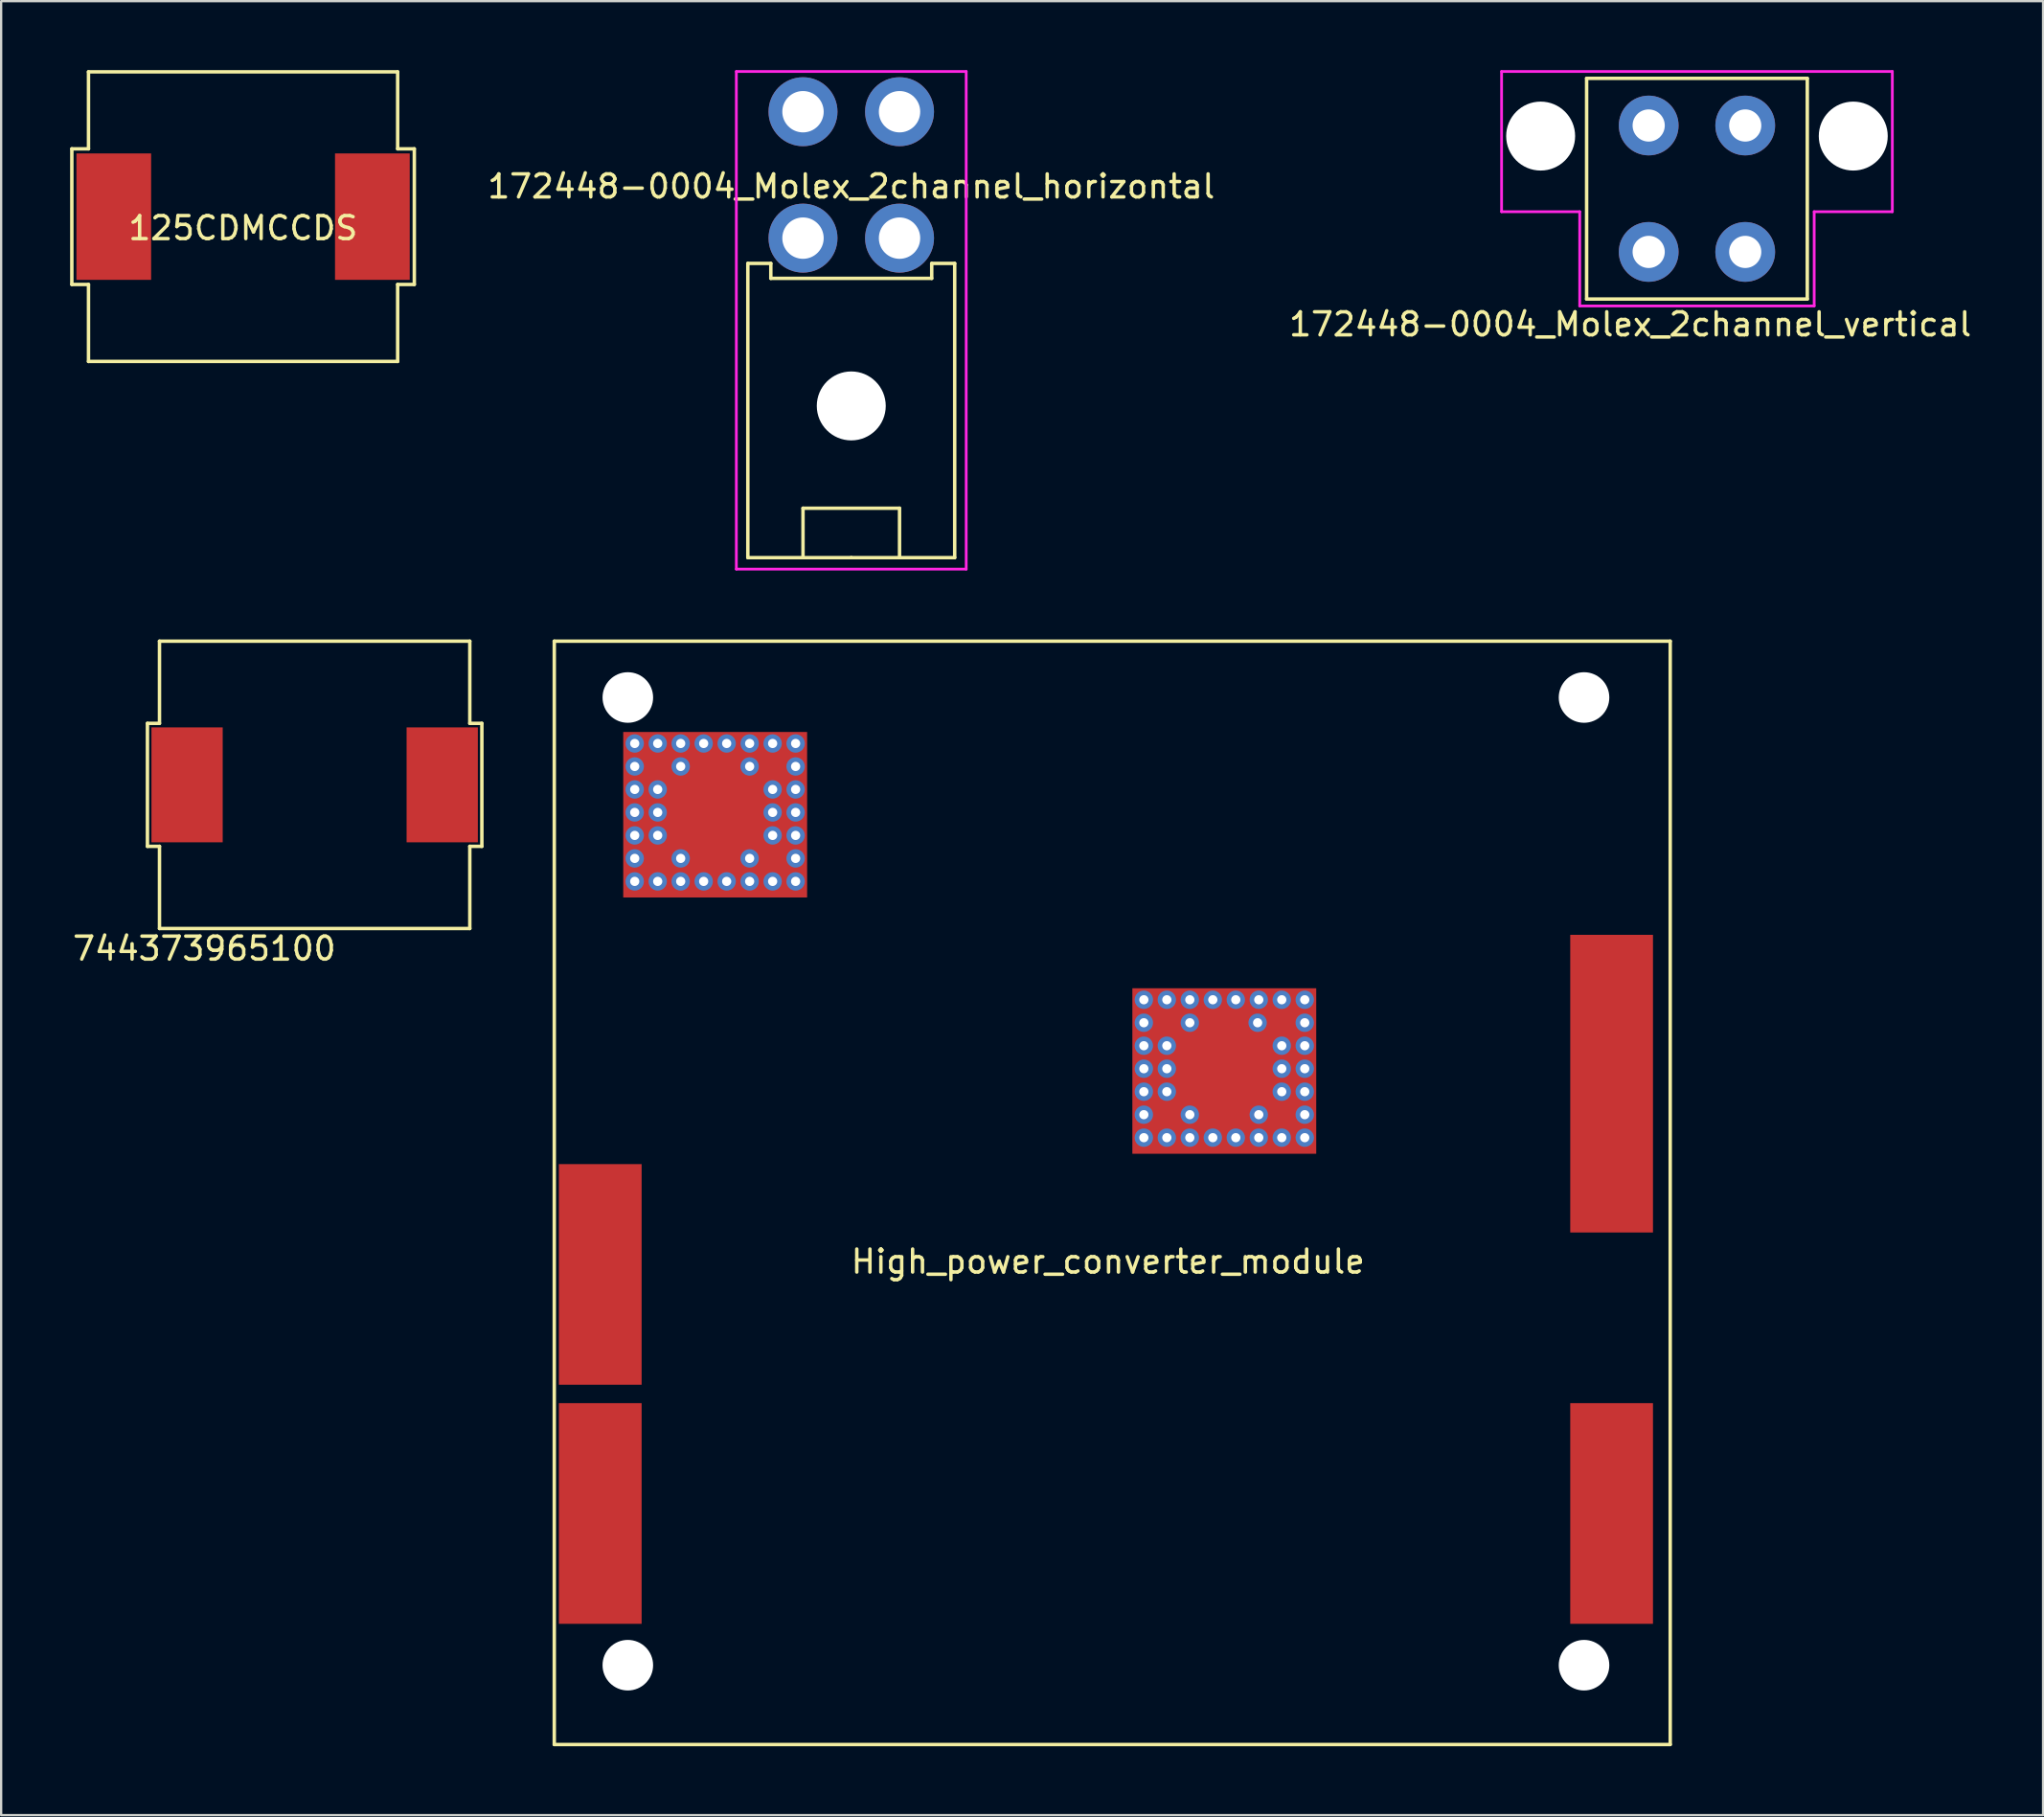
<source format=kicad_pcb>
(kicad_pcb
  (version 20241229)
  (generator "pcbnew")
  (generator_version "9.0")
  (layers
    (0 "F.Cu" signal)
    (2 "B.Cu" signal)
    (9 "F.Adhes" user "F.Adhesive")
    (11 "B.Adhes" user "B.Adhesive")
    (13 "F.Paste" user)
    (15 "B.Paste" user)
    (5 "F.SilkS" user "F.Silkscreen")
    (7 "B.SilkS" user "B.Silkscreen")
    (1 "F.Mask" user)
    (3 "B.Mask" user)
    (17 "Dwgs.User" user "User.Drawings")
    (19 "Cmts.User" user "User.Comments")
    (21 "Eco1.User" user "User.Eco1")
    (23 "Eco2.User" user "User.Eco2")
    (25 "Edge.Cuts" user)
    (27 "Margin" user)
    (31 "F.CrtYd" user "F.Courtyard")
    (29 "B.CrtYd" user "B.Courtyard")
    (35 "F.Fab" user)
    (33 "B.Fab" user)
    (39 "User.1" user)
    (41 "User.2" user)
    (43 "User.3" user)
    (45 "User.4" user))
  (footprint "744373965100"
    (layer "F.Cu")
    (at 10.639 31.095)
    (property "Reference" "744373965100" (at -4.8 7.125 0) (layer "F.SilkS") (effects (font (size 1 1) (thickness 0.15))))
    (attr through_hole)
    (fp_line (start -7.275 -2.675) (end -6.75 -2.675) (stroke (width 0.15) (type solid)) (layer "F.SilkS"))
    (fp_line (start -7.275 2.675) (end -7.275 -2.675) (stroke (width 0.15) (type solid)) (layer "F.SilkS"))
    (fp_line (start -6.75 -6.25) (end 6.75 -6.25) (stroke (width 0.15) (type solid)) (layer "F.SilkS"))
    (fp_line (start -6.75 -2.675) (end -6.75 -6.25) (stroke (width 0.15) (type solid)) (layer "F.SilkS"))
    (fp_line (start -6.75 2.675) (end -7.275 2.675) (stroke (width 0.15) (type solid)) (layer "F.SilkS"))
    (fp_line (start -6.75 6.25) (end -6.75 2.675) (stroke (width 0.15) (type solid)) (layer "F.SilkS"))
    (fp_line (start 6.75 -6.25) (end 6.75 -2.675) (stroke (width 0.15) (type solid)) (layer "F.SilkS"))
    (fp_line (start 6.75 -2.675) (end 7.275 -2.675) (stroke (width 0.15) (type solid)) (layer "F.SilkS"))
    (fp_line (start 6.75 2.675) (end 6.75 6.25) (stroke (width 0.15) (type solid)) (layer "F.SilkS"))
    (fp_line (start 6.75 6.25) (end -6.75 6.25) (stroke (width 0.15) (type solid)) (layer "F.SilkS"))
    (fp_line (start 7.275 -2.675) (end 7.275 2.675) (stroke (width 0.15) (type solid)) (layer "F.SilkS"))
    (fp_line (start 7.275 2.675) (end 6.75 2.675) (stroke (width 0.15) (type solid)) (layer "F.SilkS"))
    (pad "1" smd rect (at 5.55 0) (size 3.1 5) (layers "F.Cu" "F.Mask" "F.Paste"))
    (pad "2" smd rect (at -5.55 0) (size 3.1 5) (layers "F.Cu" "F.Mask" "F.Paste")))
  (footprint "125CDMCCDS"
    (layer "F.Cu")
    (at 7.525 6.375)
    (property "Reference" "125CDMCCDS" (at 0 0.5 0) (layer "F.SilkS") (effects (font (size 1 1) (thickness 0.15))))
    (attr through_hole)
    (fp_line (start -7.45 -2.95) (end -6.725 -2.95) (stroke (width 0.15) (type solid)) (layer "F.SilkS"))
    (fp_line (start -7.45 2.95) (end -7.45 -2.95) (stroke (width 0.15) (type solid)) (layer "F.SilkS"))
    (fp_line (start -6.725 -6.3) (end 6.725 -6.3) (stroke (width 0.15) (type solid)) (layer "F.SilkS"))
    (fp_line (start -6.725 -2.95) (end -6.725 -6.3) (stroke (width 0.15) (type solid)) (layer "F.SilkS"))
    (fp_line (start -6.725 2.95) (end -7.45 2.95) (stroke (width 0.15) (type solid)) (layer "F.SilkS"))
    (fp_line (start -6.725 6.3) (end -6.725 2.95) (stroke (width 0.15) (type solid)) (layer "F.SilkS"))
    (fp_line (start 6.725 -6.3) (end 6.725 -2.95) (stroke (width 0.15) (type solid)) (layer "F.SilkS"))
    (fp_line (start 6.725 -2.95) (end 7.45 -2.95) (stroke (width 0.15) (type solid)) (layer "F.SilkS"))
    (fp_line (start 6.725 2.95) (end 6.725 6.3) (stroke (width 0.15) (type solid)) (layer "F.SilkS"))
    (fp_line (start 6.725 6.3) (end -6.725 6.3) (stroke (width 0.15) (type solid)) (layer "F.SilkS"))
    (fp_line (start 7.45 -2.95) (end 7.45 2.95) (stroke (width 0.15) (type solid)) (layer "F.SilkS"))
    (fp_line (start 7.45 2.95) (end 6.725 2.95) (stroke (width 0.15) (type solid)) (layer "F.SilkS"))
    (pad "1" smd rect (at 5.625 0) (size 3.25 5.5) (layers "F.Cu" "F.Mask" "F.Paste"))
    (pad "2" smd rect (at -5.625 0) (size 3.25 5.5) (layers "F.Cu" "F.Mask" "F.Paste")))
  (footprint "172448-0004_Molex_2channel_vertical"
    (layer "F.Cu")
    (at 70.777 5.16)
    (property "Reference" "172448-0004_Molex_2channel_vertical" (at -2.9 5.9 0) (layer "F.SilkS") (effects (font (size 1 1) (thickness 0.15))))
    (attr through_hole)
    (fp_line (start -4.8 -4.8) (end 4.8 -4.8) (stroke (width 0.15) (type solid)) (layer "F.SilkS"))
    (fp_line (start -4.8 4.8) (end -4.8 -4.8) (stroke (width 0.15) (type solid)) (layer "F.SilkS"))
    (fp_line (start 4.8 -4.8) (end 4.8 4.8) (stroke (width 0.15) (type solid)) (layer "F.SilkS"))
    (fp_line (start 4.8 4.8) (end -4.8 4.8) (stroke (width 0.15) (type solid)) (layer "F.SilkS"))
    (fp_line (start -8.5 -5.1) (end 8.5 -5.1) (stroke (width 0.12) (type solid)) (layer "F.CrtYd"))
    (fp_line (start -8.5 1) (end -8.5 -5.1) (stroke (width 0.12) (type solid)) (layer "F.CrtYd"))
    (fp_line (start -8.5 1) (end -5.1 1) (stroke (width 0.12) (type solid)) (layer "F.CrtYd"))
    (fp_line (start -5.1 1) (end -5.1 5.1) (stroke (width 0.12) (type solid)) (layer "F.CrtYd"))
    (fp_line (start 5.1 1) (end 5.1 5.1) (stroke (width 0.12) (type solid)) (layer "F.CrtYd"))
    (fp_line (start 5.1 5.1) (end -5.1 5.1) (stroke (width 0.12) (type solid)) (layer "F.CrtYd"))
    (fp_line (start 8.5 -5.1) (end 8.5 1) (stroke (width 0.12) (type solid)) (layer "F.CrtYd"))
    (fp_line (start 8.5 1) (end 5.1 1) (stroke (width 0.12) (type solid)) (layer "F.CrtYd"))
    (pad "" np_thru_hole circle (at -6.8 -2.29) (size 3 3) (drill 3) (layers "*.Cu" "*.Mask"))
    (pad "" np_thru_hole circle (at 6.8 -2.29) (size 3 3) (drill 3) (layers "*.Cu" "*.Mask"))
    (pad "1" thru_hole circle (at -2.1 2.75) (size 2.6 2.6) (drill 1.4) (layers "*.Cu" "*.Mask"))
    (pad "1" thru_hole circle (at 2.1 2.75) (size 2.6 2.6) (drill 1.4) (layers "*.Cu" "*.Mask"))
    (pad "2" thru_hole circle (at -2.1 -2.75) (size 2.6 2.6) (drill 1.4) (layers "*.Cu" "*.Mask"))
    (pad "2" thru_hole circle (at 2.1 -2.75) (size 2.6 2.6) (drill 1.4) (layers "*.Cu" "*.Mask")))
  (footprint "High_power_converter_module"
    (layer "F.Cu")
    (at 45.064 48.345)
    (property "Reference" "High_power_converter_module" (at 0.09 3.49 0) (layer "F.SilkS") (effects (font (size 1 1) (thickness 0.15))))
    (attr through_hole)
    (fp_line (start -24 -23.5) (end 24.55 -23.5) (stroke (width 0.15) (type solid)) (layer "F.SilkS"))
    (fp_line (start -24 24.5) (end -24 -23.5) (stroke (width 0.15) (type solid)) (layer "F.SilkS"))
    (fp_line (start 24.55 -23.5) (end 24.55 24.5) (stroke (width 0.15) (type solid)) (layer "F.SilkS"))
    (fp_line (start 24.55 24.5) (end -24 24.5) (stroke (width 0.15) (type solid)) (layer "F.SilkS"))
    (pad "" np_thru_hole circle (at -20.8 -21.05) (size 2.2 2.2) (drill 2.2) (layers "*.Cu" "*.Mask"))
    (pad "" np_thru_hole circle (at -20.8 21.05) (size 2.2 2.2) (drill 2.2) (layers "*.Cu" "*.Mask"))
    (pad "" np_thru_hole circle (at 20.8 -21.05) (size 2.2 2.2) (drill 2.2) (layers "*.Cu" "*.Mask"))
    (pad "" np_thru_hole circle (at 20.8 21.05) (size 2.2 2.2) (drill 2.2) (layers "*.Cu" "*.Mask"))
    (pad "1" smd rect (at -22 4.05) (size 3.6 9.6) (layers "F.Cu" "F.Mask" "F.Paste"))
    (pad "2" smd rect (at -22 14.45) (size 3.6 9.6) (layers "F.Cu" "F.Mask" "F.Paste"))
    (pad "2" smd rect (at 22 14.45) (size 3.6 9.6) (layers "F.Cu" "F.Mask" "F.Paste"))
    (pad "3" smd rect (at 22 -4.25) (size 3.6 12.95) (layers "F.Cu" "F.Mask" "F.Paste"))
    (pad "4" thru_hole circle (at 1.65 -7.9) (size 0.8 0.8) (drill 0.4) (layers "*.Cu" "*.Mask"))
    (pad "4" thru_hole circle (at 1.65 -6.9) (size 0.8 0.8) (drill 0.4) (layers "*.Cu" "*.Mask"))
    (pad "4" thru_hole circle (at 1.65 -5.9) (size 0.8 0.8) (drill 0.4) (layers "*.Cu" "*.Mask"))
    (pad "4" thru_hole circle (at 1.65 -4.9) (size 0.8 0.8) (drill 0.4) (layers "*.Cu" "*.Mask"))
    (pad "4" thru_hole circle (at 1.65 -3.9) (size 0.8 0.8) (drill 0.4) (layers "*.Cu" "*.Mask"))
    (pad "4" thru_hole circle (at 1.65 -2.9) (size 0.8 0.8) (drill 0.4) (layers "*.Cu" "*.Mask"))
    (pad "4" thru_hole circle (at 1.65 -1.9) (size 0.8 0.8) (drill 0.4) (layers "*.Cu" "*.Mask"))
    (pad "4" thru_hole circle (at 2.65 -7.9) (size 0.8 0.8) (drill 0.4) (layers "*.Cu" "*.Mask"))
    (pad "4" thru_hole circle (at 2.65 -5.9) (size 0.8 0.8) (drill 0.4) (layers "*.Cu" "*.Mask"))
    (pad "4" thru_hole circle (at 2.65 -4.9) (size 0.8 0.8) (drill 0.4) (layers "*.Cu" "*.Mask"))
    (pad "4" thru_hole circle (at 2.65 -3.9) (size 0.8 0.8) (drill 0.4) (layers "*.Cu" "*.Mask"))
    (pad "4" thru_hole circle (at 2.65 -1.9) (size 0.8 0.8) (drill 0.4) (layers "*.Cu" "*.Mask"))
    (pad "4" thru_hole circle (at 3.65 -7.9) (size 0.8 0.8) (drill 0.4) (layers "*.Cu" "*.Mask"))
    (pad "4" thru_hole circle (at 3.65 -6.9) (size 0.8 0.8) (drill 0.4) (layers "*.Cu" "*.Mask"))
    (pad "4" thru_hole circle (at 3.65 -2.9) (size 0.8 0.8) (drill 0.4) (layers "*.Cu" "*.Mask"))
    (pad "4" thru_hole circle (at 3.65 -1.9) (size 0.8 0.8) (drill 0.4) (layers "*.Cu" "*.Mask"))
    (pad "4" thru_hole circle (at 4.65 -7.9) (size 0.8 0.8) (drill 0.4) (layers "*.Cu" "*.Mask"))
    (pad "4" thru_hole circle (at 4.65 -1.9) (size 0.8 0.8) (drill 0.4) (layers "*.Cu" "*.Mask"))
    (pad "4" smd rect (at 5.15 -4.8) (size 8 7.2) (layers "F.Cu" "F.Mask" "F.Paste"))
    (pad "4" thru_hole circle (at 5.65 -7.9) (size 0.8 0.8) (drill 0.4) (layers "*.Cu" "*.Mask"))
    (pad "4" thru_hole circle (at 5.65 -1.9) (size 0.8 0.8) (drill 0.4) (layers "*.Cu" "*.Mask"))
    (pad "4" thru_hole circle (at 6.6 -6.9) (size 0.8 0.8) (drill 0.4) (layers "*.Cu" "*.Mask"))
    (pad "4" thru_hole circle (at 6.65 -7.9) (size 0.8 0.8) (drill 0.4) (layers "*.Cu" "*.Mask"))
    (pad "4" thru_hole circle (at 6.65 -2.9) (size 0.8 0.8) (drill 0.4) (layers "*.Cu" "*.Mask"))
    (pad "4" thru_hole circle (at 6.65 -1.9) (size 0.8 0.8) (drill 0.4) (layers "*.Cu" "*.Mask"))
    (pad "4" thru_hole circle (at 7.65 -7.9) (size 0.8 0.8) (drill 0.4) (layers "*.Cu" "*.Mask"))
    (pad "4" thru_hole circle (at 7.65 -5.9) (size 0.8 0.8) (drill 0.4) (layers "*.Cu" "*.Mask"))
    (pad "4" thru_hole circle (at 7.65 -4.9) (size 0.8 0.8) (drill 0.4) (layers "*.Cu" "*.Mask"))
    (pad "4" thru_hole circle (at 7.65 -3.9) (size 0.8 0.8) (drill 0.4) (layers "*.Cu" "*.Mask"))
    (pad "4" thru_hole circle (at 7.65 -1.9) (size 0.8 0.8) (drill 0.4) (layers "*.Cu" "*.Mask"))
    (pad "4" thru_hole circle (at 8.65 -7.9) (size 0.8 0.8) (drill 0.4) (layers "*.Cu" "*.Mask"))
    (pad "4" thru_hole circle (at 8.65 -6.9) (size 0.8 0.8) (drill 0.4) (layers "*.Cu" "*.Mask"))
    (pad "4" thru_hole circle (at 8.65 -5.9) (size 0.8 0.8) (drill 0.4) (layers "*.Cu" "*.Mask"))
    (pad "4" thru_hole circle (at 8.65 -4.9) (size 0.8 0.8) (drill 0.4) (layers "*.Cu" "*.Mask"))
    (pad "4" thru_hole circle (at 8.65 -3.9) (size 0.8 0.8) (drill 0.4) (layers "*.Cu" "*.Mask"))
    (pad "4" thru_hole circle (at 8.65 -2.9) (size 0.8 0.8) (drill 0.4) (layers "*.Cu" "*.Mask"))
    (pad "4" thru_hole circle (at 8.65 -1.9) (size 0.8 0.8) (drill 0.4) (layers "*.Cu" "*.Mask"))
    (pad "5" thru_hole circle (at -20.5 -19.05) (size 0.8 0.8) (drill 0.4) (layers "*.Cu" "*.Mask"))
    (pad "5" thru_hole circle (at -20.5 -18.05) (size 0.8 0.8) (drill 0.4) (layers "*.Cu" "*.Mask"))
    (pad "5" thru_hole circle (at -20.5 -17.05) (size 0.8 0.8) (drill 0.4) (layers "*.Cu" "*.Mask"))
    (pad "5" thru_hole circle (at -20.5 -16.05) (size 0.8 0.8) (drill 0.4) (layers "*.Cu" "*.Mask"))
    (pad "5" thru_hole circle (at -20.5 -15.05) (size 0.8 0.8) (drill 0.4) (layers "*.Cu" "*.Mask"))
    (pad "5" thru_hole circle (at -20.5 -14.05) (size 0.8 0.8) (drill 0.4) (layers "*.Cu" "*.Mask"))
    (pad "5" thru_hole circle (at -20.5 -13.05) (size 0.8 0.8) (drill 0.4) (layers "*.Cu" "*.Mask"))
    (pad "5" thru_hole circle (at -19.5 -19.05) (size 0.8 0.8) (drill 0.4) (layers "*.Cu" "*.Mask"))
    (pad "5" thru_hole circle (at -19.5 -17.05) (size 0.8 0.8) (drill 0.4) (layers "*.Cu" "*.Mask"))
    (pad "5" thru_hole circle (at -19.5 -16.05) (size 0.8 0.8) (drill 0.4) (layers "*.Cu" "*.Mask"))
    (pad "5" thru_hole circle (at -19.5 -15.05) (size 0.8 0.8) (drill 0.4) (layers "*.Cu" "*.Mask"))
    (pad "5" thru_hole circle (at -19.5 -13.05) (size 0.8 0.8) (drill 0.4) (layers "*.Cu" "*.Mask"))
    (pad "5" thru_hole circle (at -18.5 -19.05) (size 0.8 0.8) (drill 0.4) (layers "*.Cu" "*.Mask"))
    (pad "5" thru_hole circle (at -18.5 -18.05) (size 0.8 0.8) (drill 0.4) (layers "*.Cu" "*.Mask"))
    (pad "5" thru_hole circle (at -18.5 -14.05) (size 0.8 0.8) (drill 0.4) (layers "*.Cu" "*.Mask"))
    (pad "5" thru_hole circle (at -18.5 -13.05) (size 0.8 0.8) (drill 0.4) (layers "*.Cu" "*.Mask"))
    (pad "5" thru_hole circle (at -17.5 -19.05) (size 0.8 0.8) (drill 0.4) (layers "*.Cu" "*.Mask"))
    (pad "5" thru_hole circle (at -17.5 -13.05) (size 0.8 0.8) (drill 0.4) (layers "*.Cu" "*.Mask"))
    (pad "5" smd rect (at -17 -15.95) (size 8 7.2) (layers "F.Cu" "F.Mask" "F.Paste"))
    (pad "5" thru_hole circle (at -16.5 -19.05) (size 0.8 0.8) (drill 0.4) (layers "*.Cu" "*.Mask"))
    (pad "5" thru_hole circle (at -16.5 -13.05) (size 0.8 0.8) (drill 0.4) (layers "*.Cu" "*.Mask"))
    (pad "5" thru_hole circle (at -15.5 -19.05) (size 0.8 0.8) (drill 0.4) (layers "*.Cu" "*.Mask"))
    (pad "5" thru_hole circle (at -15.5 -18.05) (size 0.8 0.8) (drill 0.4) (layers "*.Cu" "*.Mask"))
    (pad "5" thru_hole circle (at -15.5 -14.05) (size 0.8 0.8) (drill 0.4) (layers "*.Cu" "*.Mask"))
    (pad "5" thru_hole circle (at -15.5 -13.05) (size 0.8 0.8) (drill 0.4) (layers "*.Cu" "*.Mask"))
    (pad "5" thru_hole circle (at -14.5 -19.05) (size 0.8 0.8) (drill 0.4) (layers "*.Cu" "*.Mask"))
    (pad "5" thru_hole circle (at -14.5 -17.05) (size 0.8 0.8) (drill 0.4) (layers "*.Cu" "*.Mask"))
    (pad "5" thru_hole circle (at -14.5 -16.05) (size 0.8 0.8) (drill 0.4) (layers "*.Cu" "*.Mask"))
    (pad "5" thru_hole circle (at -14.5 -15.05) (size 0.8 0.8) (drill 0.4) (layers "*.Cu" "*.Mask"))
    (pad "5" thru_hole circle (at -14.5 -13.05) (size 0.8 0.8) (drill 0.4) (layers "*.Cu" "*.Mask"))
    (pad "5" thru_hole circle (at -13.5 -19.05) (size 0.8 0.8) (drill 0.4) (layers "*.Cu" "*.Mask"))
    (pad "5" thru_hole circle (at -13.5 -18.05) (size 0.8 0.8) (drill 0.4) (layers "*.Cu" "*.Mask"))
    (pad "5" thru_hole circle (at -13.5 -17.05) (size 0.8 0.8) (drill 0.4) (layers "*.Cu" "*.Mask"))
    (pad "5" thru_hole circle (at -13.5 -16.05) (size 0.8 0.8) (drill 0.4) (layers "*.Cu" "*.Mask"))
    (pad "5" thru_hole circle (at -13.5 -15.05) (size 0.8 0.8) (drill 0.4) (layers "*.Cu" "*.Mask"))
    (pad "5" thru_hole circle (at -13.5 -14.05) (size 0.8 0.8) (drill 0.4) (layers "*.Cu" "*.Mask"))
    (pad "5" thru_hole circle (at -13.5 -13.05) (size 0.8 0.8) (drill 0.4) (layers "*.Cu" "*.Mask")))
  (footprint "172448-0004_Molex_2channel_horizontal"
    (layer "F.Cu")
    (at 33.985 4.56)
    (property "Reference" "172448-0004_Molex_2channel_horizontal" (at 0 0.5 0) (layer "F.SilkS") (effects (font (size 1 1) (thickness 0.15))))
    (attr through_hole)
    (fp_line (start -4.5 3.85) (end -4.5 16.65) (stroke (width 0.15) (type solid)) (layer "F.SilkS"))
    (fp_line (start -4.5 16.65) (end 0 16.65) (stroke (width 0.15) (type solid)) (layer "F.SilkS"))
    (fp_line (start -3.5 3.85) (end -4.5 3.85) (stroke (width 0.15) (type solid)) (layer "F.SilkS"))
    (fp_line (start -3.5 4.5) (end -3.5 3.85) (stroke (width 0.15) (type solid)) (layer "F.SilkS"))
    (fp_line (start -2.1 14.5) (end 2.1 14.5) (stroke (width 0.15) (type solid)) (layer "F.SilkS"))
    (fp_line (start -2.1 16.65) (end -2.1 14.5) (stroke (width 0.15) (type solid)) (layer "F.SilkS"))
    (fp_line (start 0 16.65) (end 4.5 16.65) (stroke (width 0.15) (type solid)) (layer "F.SilkS"))
    (fp_line (start 2.1 14.5) (end 2.1 16.65) (stroke (width 0.15) (type solid)) (layer "F.SilkS"))
    (fp_line (start 3.5 3.85) (end 3.5 4.5) (stroke (width 0.15) (type solid)) (layer "F.SilkS"))
    (fp_line (start 3.5 4.5) (end -3.5 4.5) (stroke (width 0.15) (type solid)) (layer "F.SilkS"))
    (fp_line (start 4.5 3.85) (end 3.5 3.85) (stroke (width 0.15) (type solid)) (layer "F.SilkS"))
    (fp_line (start 4.5 16.65) (end 4.5 3.85) (stroke (width 0.15) (type solid)) (layer "F.SilkS"))
    (fp_line (start -5 -4.5) (end -5 17.15) (stroke (width 0.12) (type solid)) (layer "F.CrtYd"))
    (fp_line (start -5 17.15) (end 5 17.15) (stroke (width 0.12) (type solid)) (layer "F.CrtYd"))
    (fp_line (start 5 -4.5) (end -5 -4.5) (stroke (width 0.12) (type solid)) (layer "F.CrtYd"))
    (fp_line (start 5 17.15) (end 5 -4.5) (stroke (width 0.12) (type solid)) (layer "F.CrtYd"))
    (pad "" np_thru_hole circle (at 0 10.05) (size 3 3) (drill 3) (layers "*.Cu" "*.Mask"))
    (pad "1" thru_hole circle (at -2.1 -2.75) (size 3 3) (drill 1.8) (layers "*.Cu" "*.Mask"))
    (pad "1" thru_hole circle (at -2.1 2.75) (size 3 3) (drill 1.8) (layers "*.Cu" "*.Mask"))
    (pad "2" thru_hole circle (at 2.1 -2.75) (size 3 3) (drill 1.8) (layers "*.Cu" "*.Mask"))
    (pad "2" thru_hole circle (at 2.1 2.75) (size 3 3) (drill 1.8) (layers "*.Cu" "*.Mask")))
  (gr_rect
    (start -3 -3)
    (end 85.836 75.92)
    (stroke (width 0.1) (type default))
    (fill no)
    (layer "Edge.Cuts")))
</source>
